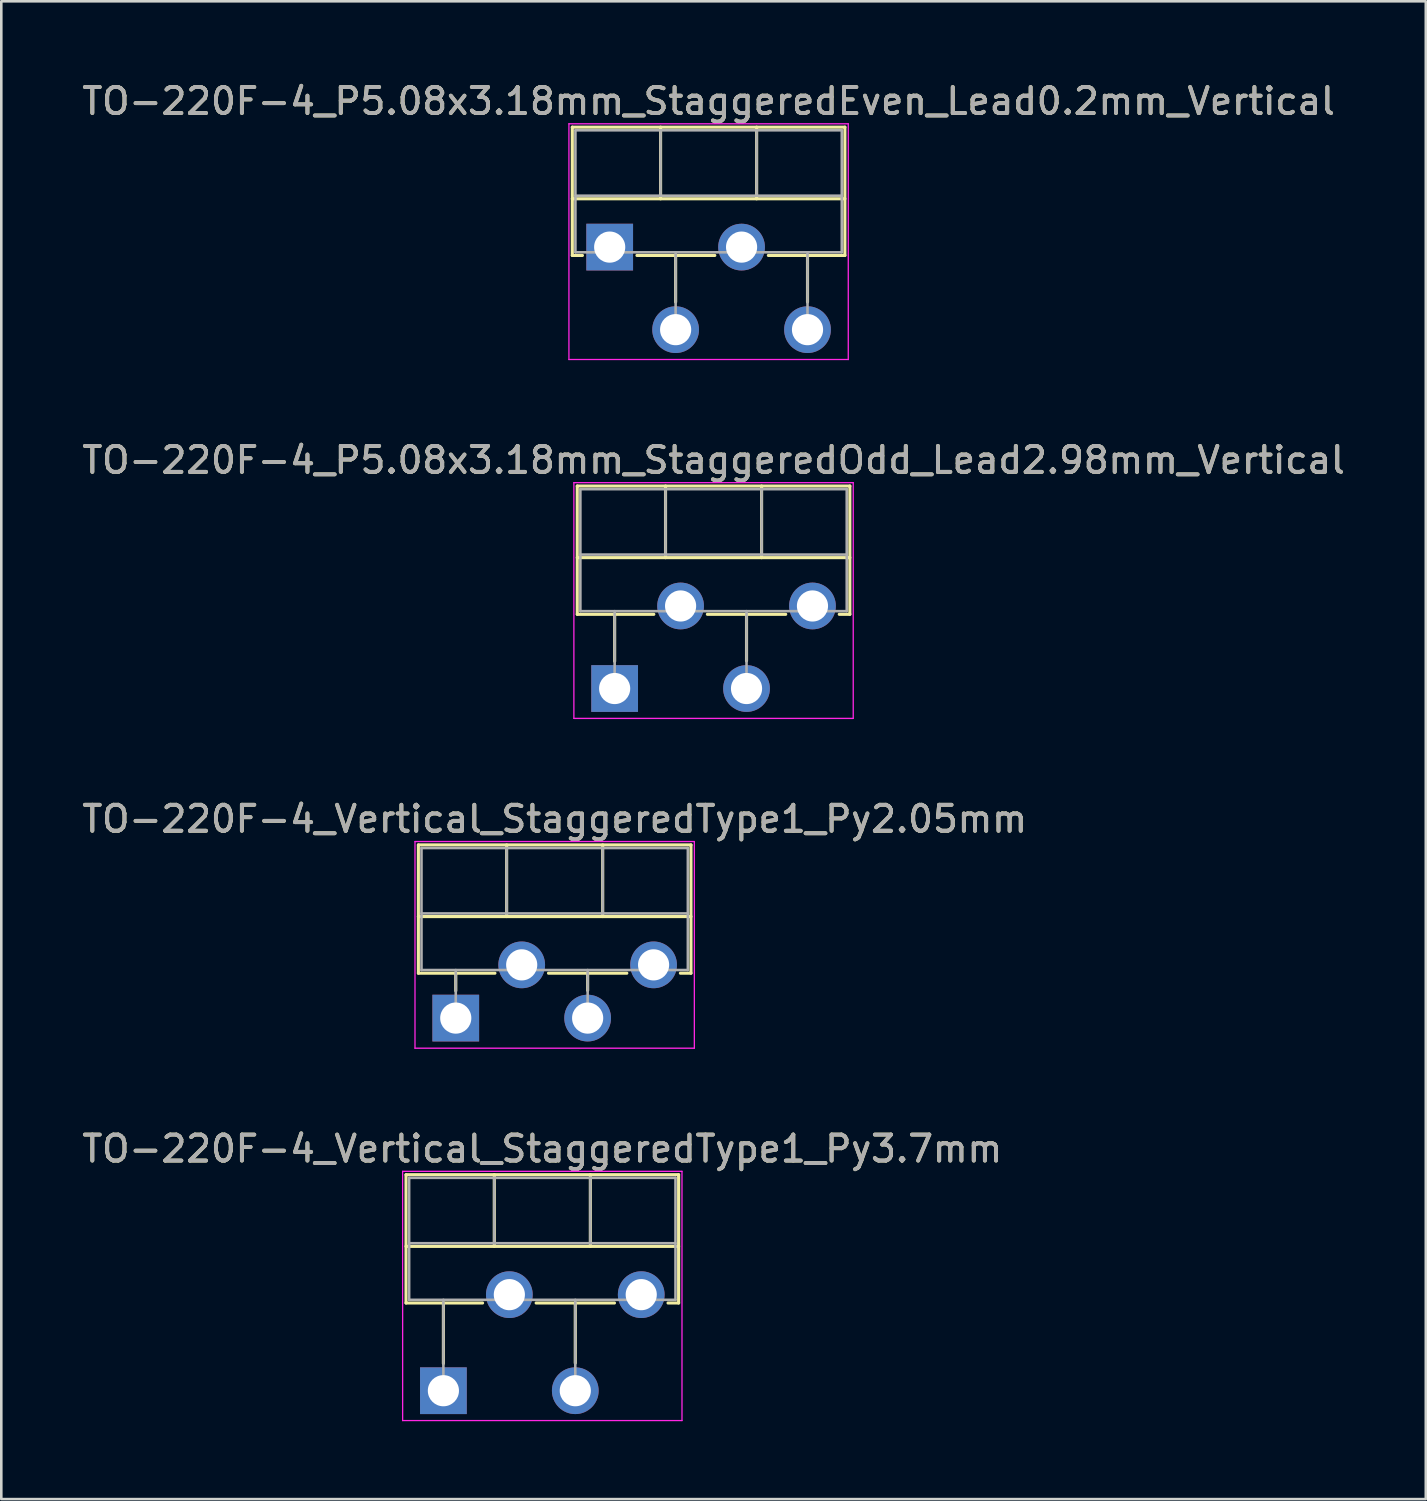
<source format=kicad_pcb>
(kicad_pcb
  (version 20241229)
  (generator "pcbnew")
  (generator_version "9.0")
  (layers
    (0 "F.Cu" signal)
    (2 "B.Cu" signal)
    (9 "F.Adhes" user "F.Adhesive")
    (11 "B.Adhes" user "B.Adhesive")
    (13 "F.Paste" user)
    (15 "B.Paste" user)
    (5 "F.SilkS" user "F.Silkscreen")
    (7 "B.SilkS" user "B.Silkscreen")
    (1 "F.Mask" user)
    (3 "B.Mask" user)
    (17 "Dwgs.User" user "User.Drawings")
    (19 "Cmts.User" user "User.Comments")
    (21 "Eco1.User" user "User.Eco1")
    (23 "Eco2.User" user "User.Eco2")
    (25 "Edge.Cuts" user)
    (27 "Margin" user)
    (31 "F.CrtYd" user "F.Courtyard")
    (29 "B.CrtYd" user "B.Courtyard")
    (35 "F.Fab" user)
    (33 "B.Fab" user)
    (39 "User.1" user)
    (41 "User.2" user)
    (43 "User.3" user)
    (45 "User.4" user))
  (footprint "TO-220F-4_P5.08x3.18mm_StaggeredOdd_Lead2.98mm_Vertical"
    (layer "F.Cu")
    (at 20.625 23.471)
    (property "Reference" "TO-220F-4_P5.08x3.18mm_StaggeredOdd_Lead2.98mm_Vertical" (at 3.81 -8.8 0) (layer "F.SilkS") (effects (font (size 1 1) (thickness 0.15))))
    (attr through_hole)
    (fp_line (start -1.44 -7.8) (end -1.44 -2.859) (stroke (width 0.12) (type solid)) (layer "F.SilkS"))
    (fp_line (start -1.44 -7.8) (end 9.06 -7.8) (stroke (width 0.12) (type solid)) (layer "F.SilkS"))
    (fp_line (start -1.44 -5.041) (end 9.06 -5.041) (stroke (width 0.12) (type solid)) (layer "F.SilkS"))
    (fp_line (start -1.44 -2.859) (end 1.509 -2.859) (stroke (width 0.12) (type solid)) (layer "F.SilkS"))
    (fp_line (start 0 -2.859) (end 0 -1.05) (stroke (width 0.12) (type solid)) (layer "F.SilkS"))
    (fp_line (start 1.96 -7.8) (end 1.96 -5.041) (stroke (width 0.12) (type solid)) (layer "F.SilkS"))
    (fp_line (start 3.572 -2.859) (end 6.589 -2.859) (stroke (width 0.12) (type solid)) (layer "F.SilkS"))
    (fp_line (start 5.08 -2.859) (end 5.08 -1.065) (stroke (width 0.12) (type solid)) (layer "F.SilkS"))
    (fp_line (start 5.66 -7.8) (end 5.66 -5.041) (stroke (width 0.12) (type solid)) (layer "F.SilkS"))
    (fp_line (start 8.652 -2.859) (end 9.06 -2.859) (stroke (width 0.12) (type solid)) (layer "F.SilkS"))
    (fp_line (start 9.06 -7.8) (end 9.06 -2.859) (stroke (width 0.12) (type solid)) (layer "F.SilkS"))
    (fp_line (start -1.57 -7.93) (end -1.57 1.15) (stroke (width 0.05) (type solid)) (layer "F.CrtYd"))
    (fp_line (start -1.57 1.15) (end 9.19 1.15) (stroke (width 0.05) (type solid)) (layer "F.CrtYd"))
    (fp_line (start 9.19 -7.93) (end -1.57 -7.93) (stroke (width 0.05) (type solid)) (layer "F.CrtYd"))
    (fp_line (start 9.19 1.15) (end 9.19 -7.93) (stroke (width 0.05) (type solid)) (layer "F.CrtYd"))
    (fp_line (start -1.32 -7.68) (end -1.32 -2.98) (stroke (width 0.1) (type solid)) (layer "F.Fab"))
    (fp_line (start -1.32 -5.16) (end 8.94 -5.16) (stroke (width 0.1) (type solid)) (layer "F.Fab"))
    (fp_line (start -1.32 -2.98) (end 8.94 -2.98) (stroke (width 0.1) (type solid)) (layer "F.Fab"))
    (fp_line (start 0 -2.98) (end 0 0) (stroke (width 0.1) (type solid)) (layer "F.Fab"))
    (fp_line (start 1.96 -7.68) (end 1.96 -5.16) (stroke (width 0.1) (type solid)) (layer "F.Fab"))
    (fp_line (start 5.08 -2.98) (end 5.08 0) (stroke (width 0.1) (type solid)) (layer "F.Fab"))
    (fp_line (start 5.66 -7.68) (end 5.66 -5.16) (stroke (width 0.1) (type solid)) (layer "F.Fab"))
    (fp_line (start 8.94 -7.68) (end -1.32 -7.68) (stroke (width 0.1) (type solid)) (layer "F.Fab"))
    (fp_line (start 8.94 -2.98) (end 8.94 -7.68) (stroke (width 0.1) (type solid)) (layer "F.Fab"))
    (fp_text user "${REFERENCE}" (at 3.81 -8.8 0) (layer "F.Fab") (effects (font (size 1 1) (thickness 0.15))))
    (pad "1" thru_hole rect (at 0 0) (size 1.8 1.8) (drill 1.2) (layers "*.Cu" "*.Mask"))
    (pad "2" thru_hole oval (at 2.54 -3.18) (size 1.8 1.8) (drill 1.2) (layers "*.Cu" "*.Mask"))
    (pad "3" thru_hole oval (at 5.08 0) (size 1.8 1.8) (drill 1.2) (layers "*.Cu" "*.Mask"))
    (pad "4" thru_hole oval (at 7.62 -3.18) (size 1.8 1.8) (drill 1.2) (layers "*.Cu" "*.Mask")))
  (footprint "TO-220F-4_Vertical_StaggeredType1_Py3.7mm"
    (layer "F.Cu")
    (at 14.029 50.518)
    (property "Reference" "TO-220F-4_Vertical_StaggeredType1_Py3.7mm" (at 3.81 -9.32 0) (layer "F.SilkS") (effects (font (size 1 1) (thickness 0.15))))
    (attr through_hole)
    (fp_line (start -1.44 -8.32) (end -1.44 -3.379) (stroke (width 0.12) (type solid)) (layer "F.SilkS"))
    (fp_line (start -1.44 -8.32) (end 9.06 -8.32) (stroke (width 0.12) (type solid)) (layer "F.SilkS"))
    (fp_line (start -1.44 -5.561) (end 9.06 -5.561) (stroke (width 0.12) (type solid)) (layer "F.SilkS"))
    (fp_line (start -1.44 -3.379) (end 1.509 -3.379) (stroke (width 0.12) (type solid)) (layer "F.SilkS"))
    (fp_line (start 0 -3.379) (end 0 -1.049) (stroke (width 0.12) (type solid)) (layer "F.SilkS"))
    (fp_line (start 1.96 -8.32) (end 1.96 -5.561) (stroke (width 0.12) (type solid)) (layer "F.SilkS"))
    (fp_line (start 3.572 -3.379) (end 6.589 -3.379) (stroke (width 0.12) (type solid)) (layer "F.SilkS"))
    (fp_line (start 5.08 -3.379) (end 5.08 -1.065) (stroke (width 0.12) (type solid)) (layer "F.SilkS"))
    (fp_line (start 5.66 -8.32) (end 5.66 -5.561) (stroke (width 0.12) (type solid)) (layer "F.SilkS"))
    (fp_line (start 8.652 -3.379) (end 9.06 -3.379) (stroke (width 0.12) (type solid)) (layer "F.SilkS"))
    (fp_line (start 9.06 -8.32) (end 9.06 -3.379) (stroke (width 0.12) (type solid)) (layer "F.SilkS"))
    (fp_line (start -1.57 -8.45) (end -1.57 1.15) (stroke (width 0.05) (type solid)) (layer "F.CrtYd"))
    (fp_line (start -1.57 1.15) (end 9.19 1.15) (stroke (width 0.05) (type solid)) (layer "F.CrtYd"))
    (fp_line (start 9.19 -8.45) (end -1.57 -8.45) (stroke (width 0.05) (type solid)) (layer "F.CrtYd"))
    (fp_line (start 9.19 1.15) (end 9.19 -8.45) (stroke (width 0.05) (type solid)) (layer "F.CrtYd"))
    (fp_line (start -1.32 -8.2) (end -1.32 -3.5) (stroke (width 0.1) (type solid)) (layer "F.Fab"))
    (fp_line (start -1.32 -5.68) (end 8.94 -5.68) (stroke (width 0.1) (type solid)) (layer "F.Fab"))
    (fp_line (start -1.32 -3.5) (end 8.94 -3.5) (stroke (width 0.1) (type solid)) (layer "F.Fab"))
    (fp_line (start 0 -3.5) (end 0 0) (stroke (width 0.1) (type solid)) (layer "F.Fab"))
    (fp_line (start 1.96 -8.2) (end 1.96 -5.68) (stroke (width 0.1) (type solid)) (layer "F.Fab"))
    (fp_line (start 5.08 -3.5) (end 5.08 0) (stroke (width 0.1) (type solid)) (layer "F.Fab"))
    (fp_line (start 5.66 -8.2) (end 5.66 -5.68) (stroke (width 0.1) (type solid)) (layer "F.Fab"))
    (fp_line (start 8.94 -8.2) (end -1.32 -8.2) (stroke (width 0.1) (type solid)) (layer "F.Fab"))
    (fp_line (start 8.94 -3.5) (end 8.94 -8.2) (stroke (width 0.1) (type solid)) (layer "F.Fab"))
    (fp_text user "${REFERENCE}" (at 3.81 -9.32 0) (layer "F.Fab") (effects (font (size 1 1) (thickness 0.15))))
    (pad "1" thru_hole rect (at 0 0) (size 1.8 1.8) (drill 1.2) (layers "*.Cu" "*.Mask"))
    (pad "2" thru_hole oval (at 2.54 -3.7) (size 1.8 1.8) (drill 1.2) (layers "*.Cu" "*.Mask"))
    (pad "3" thru_hole oval (at 5.08 0) (size 1.8 1.8) (drill 1.2) (layers "*.Cu" "*.Mask"))
    (pad "4" thru_hole oval (at 7.62 -3.7) (size 1.8 1.8) (drill 1.2) (layers "*.Cu" "*.Mask")))
  (footprint "TO-220F-4_Vertical_StaggeredType1_Py2.05mm"
    (layer "F.Cu")
    (at 14.505 36.165)
    (property "Reference" "TO-220F-4_Vertical_StaggeredType1_Py2.05mm" (at 3.81 -7.67 0) (layer "F.SilkS") (effects (font (size 1 1) (thickness 0.15))))
    (attr through_hole)
    (fp_line (start -1.44 -6.67) (end -1.44 -1.729) (stroke (width 0.12) (type solid)) (layer "F.SilkS"))
    (fp_line (start -1.44 -6.67) (end 9.06 -6.67) (stroke (width 0.12) (type solid)) (layer "F.SilkS"))
    (fp_line (start -1.44 -3.911) (end 9.06 -3.911) (stroke (width 0.12) (type solid)) (layer "F.SilkS"))
    (fp_line (start -1.44 -1.729) (end 1.509 -1.729) (stroke (width 0.12) (type solid)) (layer "F.SilkS"))
    (fp_line (start 0 -1.729) (end 0 -1.05) (stroke (width 0.12) (type solid)) (layer "F.SilkS"))
    (fp_line (start 1.96 -6.67) (end 1.96 -3.911) (stroke (width 0.12) (type solid)) (layer "F.SilkS"))
    (fp_line (start 3.572 -1.729) (end 6.589 -1.729) (stroke (width 0.12) (type solid)) (layer "F.SilkS"))
    (fp_line (start 5.08 -1.729) (end 5.08 -1.065) (stroke (width 0.12) (type solid)) (layer "F.SilkS"))
    (fp_line (start 5.66 -6.67) (end 5.66 -3.911) (stroke (width 0.12) (type solid)) (layer "F.SilkS"))
    (fp_line (start 8.652 -1.729) (end 9.06 -1.729) (stroke (width 0.12) (type solid)) (layer "F.SilkS"))
    (fp_line (start 9.06 -6.67) (end 9.06 -1.729) (stroke (width 0.12) (type solid)) (layer "F.SilkS"))
    (fp_line (start -1.57 -6.8) (end -1.57 1.16) (stroke (width 0.05) (type solid)) (layer "F.CrtYd"))
    (fp_line (start -1.57 1.16) (end 9.19 1.16) (stroke (width 0.05) (type solid)) (layer "F.CrtYd"))
    (fp_line (start 9.19 -6.8) (end -1.57 -6.8) (stroke (width 0.05) (type solid)) (layer "F.CrtYd"))
    (fp_line (start 9.19 1.16) (end 9.19 -6.8) (stroke (width 0.05) (type solid)) (layer "F.CrtYd"))
    (fp_line (start -1.32 -6.55) (end -1.32 -1.85) (stroke (width 0.1) (type solid)) (layer "F.Fab"))
    (fp_line (start -1.32 -4.03) (end 8.94 -4.03) (stroke (width 0.1) (type solid)) (layer "F.Fab"))
    (fp_line (start -1.32 -1.85) (end 8.94 -1.85) (stroke (width 0.1) (type solid)) (layer "F.Fab"))
    (fp_line (start 0 -1.85) (end 0 0) (stroke (width 0.1) (type solid)) (layer "F.Fab"))
    (fp_line (start 1.96 -6.55) (end 1.96 -4.03) (stroke (width 0.1) (type solid)) (layer "F.Fab"))
    (fp_line (start 5.08 -1.85) (end 5.08 0) (stroke (width 0.1) (type solid)) (layer "F.Fab"))
    (fp_line (start 5.66 -6.55) (end 5.66 -4.03) (stroke (width 0.1) (type solid)) (layer "F.Fab"))
    (fp_line (start 8.94 -6.55) (end -1.32 -6.55) (stroke (width 0.1) (type solid)) (layer "F.Fab"))
    (fp_line (start 8.94 -1.85) (end 8.94 -6.55) (stroke (width 0.1) (type solid)) (layer "F.Fab"))
    (fp_text user "${REFERENCE}" (at 3.81 -7.67 0) (layer "F.Fab") (effects (font (size 1 1) (thickness 0.15))))
    (pad "1" thru_hole rect (at 0 0) (size 1.8 1.8) (drill 1.2) (layers "*.Cu" "*.Mask"))
    (pad "2" thru_hole oval (at 2.54 -2.05) (size 1.8 1.8) (drill 1.2) (layers "*.Cu" "*.Mask"))
    (pad "3" thru_hole oval (at 5.08 0) (size 1.8 1.8) (drill 1.2) (layers "*.Cu" "*.Mask"))
    (pad "4" thru_hole oval (at 7.62 -2.05) (size 1.8 1.8) (drill 1.2) (layers "*.Cu" "*.Mask")))
  (footprint "TO-220F-4_P5.08x3.18mm_StaggeredEven_Lead0.2mm_Vertical"
    (layer "F.Cu")
    (at 20.434 6.468)
    (property "Reference" "TO-220F-4_P5.08x3.18mm_StaggeredEven_Lead0.2mm_Vertical" (at 3.81 -5.62 0) (layer "F.SilkS") (effects (font (size 1 1) (thickness 0.15))))
    (attr through_hole)
    (fp_line (start -1.44 -4.62) (end -1.44 0.321) (stroke (width 0.12) (type solid)) (layer "F.SilkS"))
    (fp_line (start -1.44 -4.62) (end 9.06 -4.62) (stroke (width 0.12) (type solid)) (layer "F.SilkS"))
    (fp_line (start -1.44 -1.861) (end 9.06 -1.861) (stroke (width 0.12) (type solid)) (layer "F.SilkS"))
    (fp_line (start -1.44 0.321) (end -1.05 0.321) (stroke (width 0.12) (type solid)) (layer "F.SilkS"))
    (fp_line (start 1.05 0.321) (end 4.049 0.321) (stroke (width 0.12) (type solid)) (layer "F.SilkS"))
    (fp_line (start 1.96 -4.62) (end 1.96 -1.861) (stroke (width 0.12) (type solid)) (layer "F.SilkS"))
    (fp_line (start 2.54 0.321) (end 2.54 2.115) (stroke (width 0.12) (type solid)) (layer "F.SilkS"))
    (fp_line (start 5.66 -4.62) (end 5.66 -1.861) (stroke (width 0.12) (type solid)) (layer "F.SilkS"))
    (fp_line (start 6.112 0.321) (end 9.06 0.321) (stroke (width 0.12) (type solid)) (layer "F.SilkS"))
    (fp_line (start 7.62 0.321) (end 7.62 2.115) (stroke (width 0.12) (type solid)) (layer "F.SilkS"))
    (fp_line (start 9.06 -4.62) (end 9.06 0.321) (stroke (width 0.12) (type solid)) (layer "F.SilkS"))
    (fp_line (start -1.57 -4.75) (end -1.57 4.33) (stroke (width 0.05) (type solid)) (layer "F.CrtYd"))
    (fp_line (start -1.57 4.33) (end 9.19 4.33) (stroke (width 0.05) (type solid)) (layer "F.CrtYd"))
    (fp_line (start 9.19 -4.75) (end -1.57 -4.75) (stroke (width 0.05) (type solid)) (layer "F.CrtYd"))
    (fp_line (start 9.19 4.33) (end 9.19 -4.75) (stroke (width 0.05) (type solid)) (layer "F.CrtYd"))
    (fp_line (start -1.32 -4.5) (end -1.32 0.2) (stroke (width 0.1) (type solid)) (layer "F.Fab"))
    (fp_line (start -1.32 -1.98) (end 8.94 -1.98) (stroke (width 0.1) (type solid)) (layer "F.Fab"))
    (fp_line (start -1.32 0.2) (end 8.94 0.2) (stroke (width 0.1) (type solid)) (layer "F.Fab"))
    (fp_line (start 1.96 -4.5) (end 1.96 -1.98) (stroke (width 0.1) (type solid)) (layer "F.Fab"))
    (fp_line (start 2.54 0.2) (end 2.54 3.18) (stroke (width 0.1) (type solid)) (layer "F.Fab"))
    (fp_line (start 5.66 -4.5) (end 5.66 -1.98) (stroke (width 0.1) (type solid)) (layer "F.Fab"))
    (fp_line (start 7.62 0.2) (end 7.62 3.18) (stroke (width 0.1) (type solid)) (layer "F.Fab"))
    (fp_line (start 8.94 -4.5) (end -1.32 -4.5) (stroke (width 0.1) (type solid)) (layer "F.Fab"))
    (fp_line (start 8.94 0.2) (end 8.94 -4.5) (stroke (width 0.1) (type solid)) (layer "F.Fab"))
    (fp_text user "${REFERENCE}" (at 3.81 -5.62 0) (layer "F.Fab") (effects (font (size 1 1) (thickness 0.15))))
    (pad "1" thru_hole rect (at 0 0) (size 1.8 1.8) (drill 1.2) (layers "*.Cu" "*.Mask"))
    (pad "2" thru_hole oval (at 2.54 3.18) (size 1.8 1.8) (drill 1.2) (layers "*.Cu" "*.Mask"))
    (pad "3" thru_hole oval (at 5.08 0) (size 1.8 1.8) (drill 1.2) (layers "*.Cu" "*.Mask"))
    (pad "4" thru_hole oval (at 7.62 3.18) (size 1.8 1.8) (drill 1.2) (layers "*.Cu" "*.Mask")))
  (gr_rect
    (start -3 -3)
    (end 51.869 54.693)
    (stroke (width 0.1) (type default))
    (fill no)
    (layer "Edge.Cuts")))
</source>
